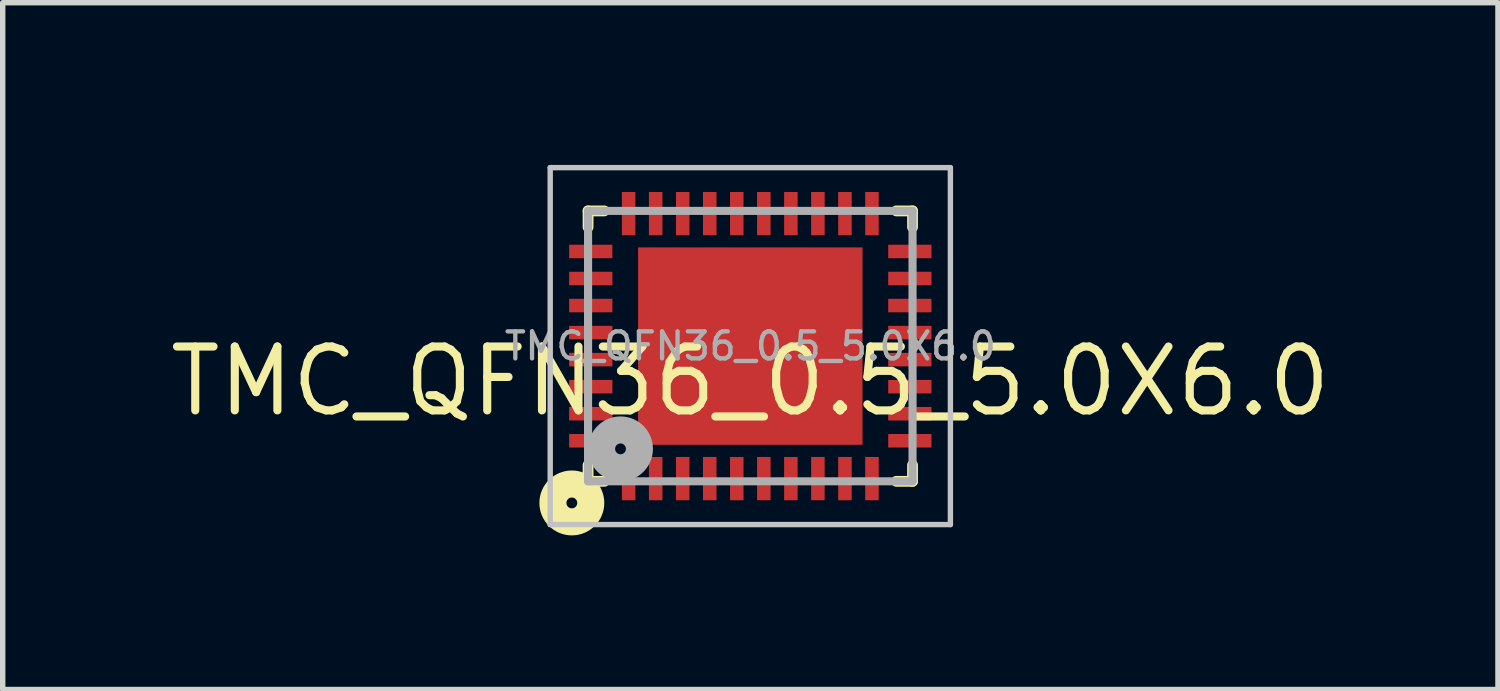
<source format=kicad_pcb>
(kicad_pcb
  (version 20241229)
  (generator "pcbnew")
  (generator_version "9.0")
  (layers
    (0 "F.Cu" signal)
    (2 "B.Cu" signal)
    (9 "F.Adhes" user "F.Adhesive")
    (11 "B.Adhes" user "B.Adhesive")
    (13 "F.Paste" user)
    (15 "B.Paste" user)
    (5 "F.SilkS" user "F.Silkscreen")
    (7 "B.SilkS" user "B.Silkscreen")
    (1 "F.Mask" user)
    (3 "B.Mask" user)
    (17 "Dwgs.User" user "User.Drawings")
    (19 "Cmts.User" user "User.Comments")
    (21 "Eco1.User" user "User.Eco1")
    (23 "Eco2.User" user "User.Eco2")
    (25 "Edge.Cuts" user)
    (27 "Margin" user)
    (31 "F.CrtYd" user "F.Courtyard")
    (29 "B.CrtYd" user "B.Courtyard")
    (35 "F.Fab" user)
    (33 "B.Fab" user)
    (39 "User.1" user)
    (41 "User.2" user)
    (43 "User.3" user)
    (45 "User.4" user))
  (footprint "TMC_QFN36_0.5_5.0X6.0"
    (layer "F.Cu")
    (at 10.824 3.35)
    (property "Reference" "TMC_QFN36_0.5_5.0X6.0" (at 0 0.65 0) (layer "F.SilkS") (effects (font (size 1.181 1.181) (thickness 0.15))))
    (attr smd)
    (fp_line (start -3 -2.5) (end -3 -2.2) (stroke (width 0.2) (type solid)) (layer "F.SilkS"))
    (fp_line (start -3 2.2) (end -3 2.5) (stroke (width 0.2) (type solid)) (layer "F.SilkS"))
    (fp_line (start -3 2.5) (end -2.7 2.5) (stroke (width 0.2) (type solid)) (layer "F.SilkS"))
    (fp_line (start -2.7 -2.5) (end -3 -2.5) (stroke (width 0.2) (type solid)) (layer "F.SilkS"))
    (fp_line (start 2.7 2.5) (end 3 2.5) (stroke (width 0.2) (type solid)) (layer "F.SilkS"))
    (fp_line (start 3 -2.5) (end 2.7 -2.5) (stroke (width 0.2) (type solid)) (layer "F.SilkS"))
    (fp_line (start 3 -2.2) (end 3 -2.5) (stroke (width 0.2) (type solid)) (layer "F.SilkS"))
    (fp_line (start 3 2.5) (end 3 2.2) (stroke (width 0.2) (type solid)) (layer "F.SilkS"))
    (fp_circle (center -3.3 2.9) (end -3.2 2.9) (stroke (width 0.5) (type solid)) (fill no) (layer "F.SilkS"))
    (fp_poly (pts (xy -2 -0.2) (xy -2 -1.4) (xy -0.8 -1.4) (xy -0.8 -0.2)) (stroke (width 0.05) (type solid)) (fill yes) (layer "F.Paste"))
    (fp_poly (pts (xy -2 1.5) (xy -2 0.3) (xy -0.8 0.3) (xy -0.8 1.5)) (stroke (width 0.05) (type solid)) (fill yes) (layer "F.Paste"))
    (fp_poly (pts (xy -0.6 -0.2) (xy -0.6 -1.4) (xy 0.6 -1.4) (xy 0.6 -0.2)) (stroke (width 0.05) (type solid)) (fill yes) (layer "F.Paste"))
    (fp_poly (pts (xy -0.6 1.5) (xy -0.6 0.3) (xy 0.6 0.3) (xy 0.6 1.5)) (stroke (width 0.05) (type solid)) (fill yes) (layer "F.Paste"))
    (fp_poly (pts (xy 0.8 -0.2) (xy 0.8 -1.4) (xy 2 -1.4) (xy 2 -0.2)) (stroke (width 0.05) (type solid)) (fill yes) (layer "F.Paste"))
    (fp_poly (pts (xy 0.8 1.5) (xy 0.8 0.3) (xy 2 0.3) (xy 2 1.5)) (stroke (width 0.05) (type solid)) (fill yes) (layer "F.Paste"))
    (fp_line (start -3.7 -3.3) (end 3.7 -3.3) (stroke (width 0.1) (type solid)) (layer "Dwgs.User"))
    (fp_line (start -3.7 3.3) (end -3.7 -3.3) (stroke (width 0.1) (type solid)) (layer "Dwgs.User"))
    (fp_line (start 3.7 -3.3) (end 3.7 3.3) (stroke (width 0.1) (type solid)) (layer "Dwgs.User"))
    (fp_line (start 3.7 3.3) (end -3.7 3.3) (stroke (width 0.1) (type solid)) (layer "Dwgs.User"))
    (fp_line (start -3 -2.5) (end -3 2.5) (stroke (width 0.15) (type solid)) (layer "F.Fab"))
    (fp_line (start -3 2.5) (end 3 2.5) (stroke (width 0.15) (type solid)) (layer "F.Fab"))
    (fp_line (start 3 -2.5) (end -3 -2.5) (stroke (width 0.15) (type solid)) (layer "F.Fab"))
    (fp_line (start 3 2.5) (end 3 -2.5) (stroke (width 0.15) (type solid)) (layer "F.Fab"))
    (fp_circle (center -2.4 1.9) (end -2.3 1.9) (stroke (width 0.5) (type solid)) (fill no) (layer "F.Fab"))
    (fp_text user "${REFERENCE}" (at 0 0 0) (layer "F.Fab") (effects (font (size 0.5 0.5) (thickness 0.08))))
    (pad "1" smd rect (at -2.25 2.45) (size 0.25 0.8) (layers "F.Cu" "F.Mask" "F.Paste"))
    (pad "2" smd rect (at -1.75 2.45) (size 0.25 0.8) (layers "F.Cu" "F.Mask" "F.Paste"))
    (pad "3" smd rect (at -1.25 2.45) (size 0.25 0.8) (layers "F.Cu" "F.Mask" "F.Paste"))
    (pad "4" smd rect (at -0.75 2.45) (size 0.25 0.8) (layers "F.Cu" "F.Mask" "F.Paste"))
    (pad "5" smd rect (at -0.25 2.45) (size 0.25 0.8) (layers "F.Cu" "F.Mask" "F.Paste"))
    (pad "6" smd rect (at 0.25 2.45) (size 0.25 0.8) (layers "F.Cu" "F.Mask" "F.Paste"))
    (pad "7" smd rect (at 0.75 2.45) (size 0.25 0.8) (layers "F.Cu" "F.Mask" "F.Paste"))
    (pad "8" smd rect (at 1.25 2.45) (size 0.25 0.8) (layers "F.Cu" "F.Mask" "F.Paste"))
    (pad "9" smd rect (at 1.75 2.45) (size 0.25 0.8) (layers "F.Cu" "F.Mask" "F.Paste"))
    (pad "10" smd rect (at 2.25 2.45) (size 0.25 0.8) (layers "F.Cu" "F.Mask" "F.Paste"))
    (pad "11" smd rect (at 2.95 1.75) (size 0.8 0.25) (layers "F.Cu" "F.Mask" "F.Paste"))
    (pad "12" smd rect (at 2.95 1.25) (size 0.8 0.25) (layers "F.Cu" "F.Mask" "F.Paste"))
    (pad "13" smd rect (at 2.95 0.75) (size 0.8 0.25) (layers "F.Cu" "F.Mask" "F.Paste"))
    (pad "14" smd rect (at 2.95 0.25) (size 0.8 0.25) (layers "F.Cu" "F.Mask" "F.Paste"))
    (pad "15" smd rect (at 2.95 -0.25) (size 0.8 0.25) (layers "F.Cu" "F.Mask" "F.Paste"))
    (pad "16" smd rect (at 2.95 -0.75) (size 0.8 0.25) (layers "F.Cu" "F.Mask" "F.Paste"))
    (pad "17" smd rect (at 2.95 -1.25) (size 0.8 0.25) (layers "F.Cu" "F.Mask" "F.Paste"))
    (pad "18" smd rect (at 2.95 -1.75) (size 0.8 0.25) (layers "F.Cu" "F.Mask" "F.Paste"))
    (pad "19" smd rect (at 2.25 -2.45) (size 0.25 0.8) (layers "F.Cu" "F.Mask" "F.Paste"))
    (pad "20" smd rect (at 1.75 -2.45) (size 0.25 0.8) (layers "F.Cu" "F.Mask" "F.Paste"))
    (pad "21" smd rect (at 1.25 -2.45) (size 0.25 0.8) (layers "F.Cu" "F.Mask" "F.Paste"))
    (pad "22" smd rect (at 0.75 -2.45) (size 0.25 0.8) (layers "F.Cu" "F.Mask" "F.Paste"))
    (pad "23" smd rect (at 0.25 -2.45) (size 0.25 0.8) (layers "F.Cu" "F.Mask" "F.Paste"))
    (pad "24" smd rect (at -0.25 -2.45) (size 0.25 0.8) (layers "F.Cu" "F.Mask" "F.Paste"))
    (pad "25" smd rect (at -0.75 -2.45) (size 0.25 0.8) (layers "F.Cu" "F.Mask" "F.Paste"))
    (pad "26" smd rect (at -1.25 -2.45) (size 0.25 0.8) (layers "F.Cu" "F.Mask" "F.Paste"))
    (pad "27" smd rect (at -1.75 -2.45) (size 0.25 0.8) (layers "F.Cu" "F.Mask" "F.Paste"))
    (pad "28" smd rect (at -2.25 -2.45) (size 0.25 0.8) (layers "F.Cu" "F.Mask" "F.Paste"))
    (pad "29" smd rect (at -2.95 -1.75) (size 0.8 0.25) (layers "F.Cu" "F.Mask" "F.Paste"))
    (pad "30" smd rect (at -2.95 -1.25) (size 0.8 0.25) (layers "F.Cu" "F.Mask" "F.Paste"))
    (pad "31" smd rect (at -2.95 -0.75) (size 0.8 0.25) (layers "F.Cu" "F.Mask" "F.Paste"))
    (pad "32" smd rect (at -2.95 -0.25) (size 0.8 0.25) (layers "F.Cu" "F.Mask" "F.Paste"))
    (pad "33" smd rect (at -2.95 0.25) (size 0.8 0.25) (layers "F.Cu" "F.Mask" "F.Paste"))
    (pad "34" smd rect (at -2.95 0.75) (size 0.8 0.25) (layers "F.Cu" "F.Mask" "F.Paste"))
    (pad "35" smd rect (at -2.95 1.25) (size 0.8 0.25) (layers "F.Cu" "F.Mask" "F.Paste"))
    (pad "36" smd rect (at -2.95 1.75) (size 0.8 0.25) (layers "F.Cu" "F.Mask" "F.Paste"))
    (pad "37" smd rect (at 0 0) (size 4.15 3.65) (layers "F.Cu" "F.Mask")))
  (gr_rect
    (start -3 -3)
    (end 24.649 9.7)
    (stroke (width 0.1) (type default))
    (fill no)
    (layer "Edge.Cuts")))
</source>
